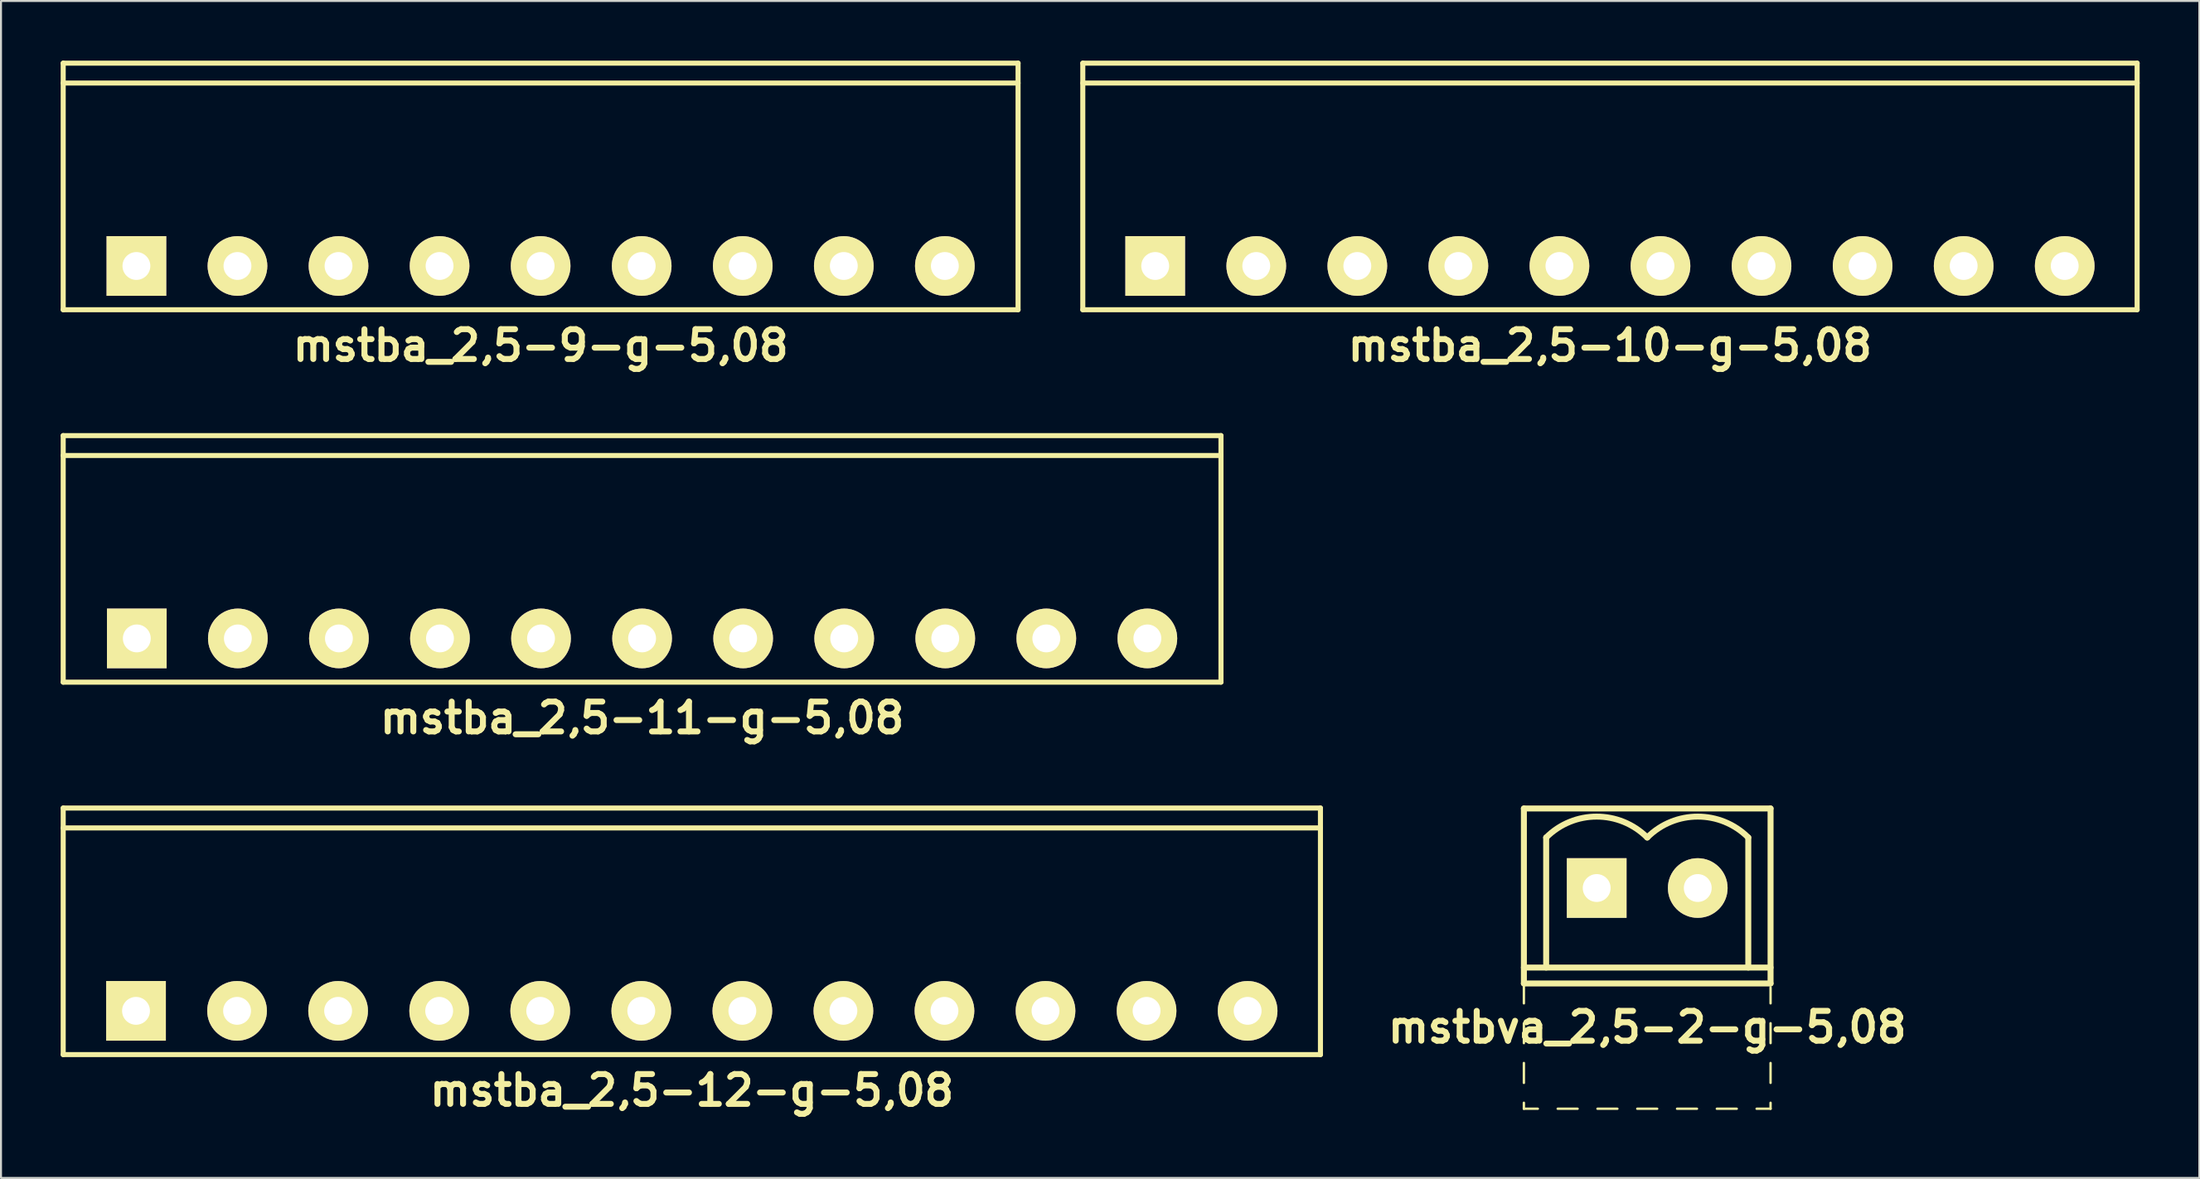
<source format=kicad_pcb>
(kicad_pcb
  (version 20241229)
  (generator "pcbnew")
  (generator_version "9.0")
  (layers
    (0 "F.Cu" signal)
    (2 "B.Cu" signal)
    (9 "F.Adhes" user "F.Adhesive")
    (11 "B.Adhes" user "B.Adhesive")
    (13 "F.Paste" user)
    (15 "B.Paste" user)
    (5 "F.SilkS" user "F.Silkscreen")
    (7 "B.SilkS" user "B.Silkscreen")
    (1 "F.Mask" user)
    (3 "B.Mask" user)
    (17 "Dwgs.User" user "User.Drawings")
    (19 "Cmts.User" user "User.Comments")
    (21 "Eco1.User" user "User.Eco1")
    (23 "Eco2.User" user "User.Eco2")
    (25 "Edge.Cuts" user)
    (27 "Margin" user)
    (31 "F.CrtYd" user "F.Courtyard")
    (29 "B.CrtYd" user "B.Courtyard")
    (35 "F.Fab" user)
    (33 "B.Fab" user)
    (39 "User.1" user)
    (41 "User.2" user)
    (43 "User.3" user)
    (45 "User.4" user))
  (footprint "mstbva_2,5-2-g-5,08"
    (layer "F.Cu")
    (at 79.754 41.612)
    (property "Reference" "mstbva_2,5-2-g-5,08" (at 0 7 0) (layer "F.SilkS") (effects (font (size 1.5 1.5) (thickness 0.3))))
    (attr through_hole)
    (fp_line (start -6.2 -4) (end -6.2 4.8) (stroke (width 0.3) (type solid)) (layer "F.SilkS"))
    (fp_line (start -6.2 -4) (end 6.2 -4) (stroke (width 0.3) (type solid)) (layer "F.SilkS"))
    (fp_line (start -6.2 4.8) (end -6.2 5.8) (stroke (width 0.12) (type solid)) (layer "F.SilkS"))
    (fp_line (start -6.2 4.8) (end 6.2 4.8) (stroke (width 0.3) (type solid)) (layer "F.SilkS"))
    (fp_line (start -6.2 6.8) (end -6.2 7.8) (stroke (width 0.12) (type solid)) (layer "F.SilkS"))
    (fp_line (start -6.2 8.8) (end -6.2 9.8) (stroke (width 0.12) (type solid)) (layer "F.SilkS"))
    (fp_line (start -6.2 10.8) (end -6.2 11.1) (stroke (width 0.12) (type solid)) (layer "F.SilkS"))
    (fp_line (start -6.2 11.1) (end -5.5 11.1) (stroke (width 0.12) (type solid)) (layer "F.SilkS"))
    (fp_line (start -5.08 -2.54) (end -5.08 4) (stroke (width 0.3) (type solid)) (layer "F.SilkS"))
    (fp_line (start -4.5 11.1) (end -3.5 11.1) (stroke (width 0.12) (type solid)) (layer "F.SilkS"))
    (fp_line (start -2.5 11.1) (end -1.5 11.1) (stroke (width 0.12) (type solid)) (layer "F.SilkS"))
    (fp_line (start -0.5 11.1) (end 0.5 11.1) (stroke (width 0.12) (type solid)) (layer "F.SilkS"))
    (fp_line (start 1.5 11.1) (end 2.5 11.1) (stroke (width 0.12) (type solid)) (layer "F.SilkS"))
    (fp_line (start 3.5 11.1) (end 4.5 11.1) (stroke (width 0.12) (type solid)) (layer "F.SilkS"))
    (fp_line (start 5.08 -2.54) (end 5.08 4) (stroke (width 0.3) (type solid)) (layer "F.SilkS"))
    (fp_line (start 5.5 11.1) (end 6.2 11.1) (stroke (width 0.12) (type solid)) (layer "F.SilkS"))
    (fp_line (start 6.2 4) (end -6.2 4) (stroke (width 0.3) (type solid)) (layer "F.SilkS"))
    (fp_line (start 6.2 4.8) (end 6.2 -4) (stroke (width 0.3) (type solid)) (layer "F.SilkS"))
    (fp_line (start 6.2 5.8) (end 6.2 5) (stroke (width 0.12) (type solid)) (layer "F.SilkS"))
    (fp_line (start 6.2 7.8) (end 6.2 6.8) (stroke (width 0.12) (type solid)) (layer "F.SilkS"))
    (fp_line (start 6.2 9.8) (end 6.2 8.8) (stroke (width 0.12) (type solid)) (layer "F.SilkS"))
    (fp_line (start 6.2 11.1) (end 6.2 10.8) (stroke (width 0.12) (type solid)) (layer "F.SilkS"))
    (fp_arc (start -5.08 -2.54) (mid -2.54 -3.592102) (end 0 -2.54) (stroke (width 0.3) (type solid)) (layer "F.SilkS"))
    (fp_arc (start 0 -2.54) (mid 2.54 -3.592102) (end 5.08 -2.54) (stroke (width 0.3) (type solid)) (layer "F.SilkS"))
    (pad "1" thru_hole rect (at -2.54 0) (size 3 3) (drill 1.4) (layers "*.Cu" "*.Mask" "F.SilkS"))
    (pad "2" thru_hole circle (at 2.54 0) (size 3 3) (drill 1.4) (layers "*.Cu" "*.Mask" "F.SilkS")))
  (footprint "mstba_2,5-11-g-5,08"
    (layer "F.Cu")
    (at 29.227 29.058)
    (property "Reference" "mstba_2,5-11-g-5,08" (at 0 4 0) (layer "F.SilkS") (effects (font (size 1.5 1.5) (thickness 0.3))))
    (attr through_hole)
    (fp_line (start -29.1 -10.2) (end 29.1 -10.2) (stroke (width 0.254) (type solid)) (layer "F.SilkS"))
    (fp_line (start -29.1 -9.2) (end 29.1 -9.2) (stroke (width 0.254) (type solid)) (layer "F.SilkS"))
    (fp_line (start -29.1 2.2) (end -29.1 -10.2) (stroke (width 0.254) (type solid)) (layer "F.SilkS"))
    (fp_line (start 29.1 -10.2) (end 29.1 2.2) (stroke (width 0.254) (type solid)) (layer "F.SilkS"))
    (fp_line (start 29.1 2.2) (end -29.1 2.2) (stroke (width 0.254) (type solid)) (layer "F.SilkS"))
    (pad "1" thru_hole rect (at -25.4 0) (size 3 3) (drill 1.4) (layers "*.Cu" "*.Mask" "F.SilkS"))
    (pad "2" thru_hole circle (at -20.32 0) (size 3 3) (drill 1.4) (layers "*.Cu" "*.Mask" "F.SilkS"))
    (pad "3" thru_hole circle (at -15.24 0) (size 3 3) (drill 1.4) (layers "*.Cu" "*.Mask" "F.SilkS"))
    (pad "4" thru_hole circle (at -10.16 0) (size 3 3) (drill 1.4) (layers "*.Cu" "*.Mask" "F.SilkS"))
    (pad "5" thru_hole circle (at -5.08 0) (size 3 3) (drill 1.4) (layers "*.Cu" "*.Mask" "F.SilkS"))
    (pad "6" thru_hole circle (at 0 0) (size 3 3) (drill 1.4) (layers "*.Cu" "*.Mask" "F.SilkS"))
    (pad "7" thru_hole circle (at 5.08 0) (size 3 3) (drill 1.4) (layers "*.Cu" "*.Mask" "F.SilkS"))
    (pad "8" thru_hole circle (at 10.16 0) (size 3 3) (drill 1.4) (layers "*.Cu" "*.Mask" "F.SilkS"))
    (pad "9" thru_hole circle (at 15.24 0) (size 3 3) (drill 1.4) (layers "*.Cu" "*.Mask" "F.SilkS"))
    (pad "10" thru_hole circle (at 20.32 0) (size 3 3) (drill 1.4) (layers "*.Cu" "*.Mask" "F.SilkS"))
    (pad "11" thru_hole circle (at 25.4 0) (size 3 3) (drill 1.4) (layers "*.Cu" "*.Mask" "F.SilkS")))
  (footprint "mstba_2,5-9-g-5,08"
    (layer "F.Cu")
    (at 24.127 10.327)
    (property "Reference" "mstba_2,5-9-g-5,08" (at 0 4 0) (layer "F.SilkS") (effects (font (size 1.5 1.5) (thickness 0.3))))
    (attr through_hole)
    (fp_line (start -24 -10.2) (end -24 2.2) (stroke (width 0.254) (type solid)) (layer "F.SilkS"))
    (fp_line (start -24 -9.2) (end 24 -9.2) (stroke (width 0.254) (type solid)) (layer "F.SilkS"))
    (fp_line (start -24 2.2) (end 24 2.2) (stroke (width 0.254) (type solid)) (layer "F.SilkS"))
    (fp_line (start 24 -10.2) (end -24 -10.2) (stroke (width 0.254) (type solid)) (layer "F.SilkS"))
    (fp_line (start 24 2.2) (end 24 -10.2) (stroke (width 0.254) (type solid)) (layer "F.SilkS"))
    (pad "1" thru_hole rect (at -20.32 0) (size 3 3) (drill 1.4) (layers "*.Cu" "*.Mask" "F.SilkS"))
    (pad "2" thru_hole circle (at -15.24 0) (size 3 3) (drill 1.4) (layers "*.Cu" "*.Mask" "F.SilkS"))
    (pad "3" thru_hole circle (at -10.16 0) (size 3 3) (drill 1.4) (layers "*.Cu" "*.Mask" "F.SilkS"))
    (pad "4" thru_hole circle (at -5.08 0) (size 3 3) (drill 1.4) (layers "*.Cu" "*.Mask" "F.SilkS"))
    (pad "5" thru_hole circle (at 0 0) (size 3 3) (drill 1.4) (layers "*.Cu" "*.Mask" "F.SilkS"))
    (pad "6" thru_hole circle (at 5.08 0) (size 3 3) (drill 1.4) (layers "*.Cu" "*.Mask" "F.SilkS"))
    (pad "7" thru_hole circle (at 10.16 0) (size 3 3) (drill 1.4) (layers "*.Cu" "*.Mask" "F.SilkS"))
    (pad "8" thru_hole circle (at 15.24 0) (size 3 3) (drill 1.4) (layers "*.Cu" "*.Mask" "F.SilkS"))
    (pad "9" thru_hole circle (at 20.32 0) (size 3 3) (drill 1.4) (layers "*.Cu" "*.Mask" "F.SilkS")))
  (footprint "mstba_2,5-12-g-5,08"
    (layer "F.Cu")
    (at 31.727 47.789)
    (property "Reference" "mstba_2,5-12-g-5,08" (at 0 4 0) (layer "F.SilkS") (effects (font (size 1.5 1.5) (thickness 0.3))))
    (attr through_hole)
    (fp_line (start -31.6 -10.2) (end -31.6 2.2) (stroke (width 0.254) (type solid)) (layer "F.SilkS"))
    (fp_line (start -31.6 -9.2) (end 31.6 -9.2) (stroke (width 0.254) (type solid)) (layer "F.SilkS"))
    (fp_line (start -31.6 2.2) (end 31.6 2.2) (stroke (width 0.254) (type solid)) (layer "F.SilkS"))
    (fp_line (start 31.6 -10.2) (end -31.6 -10.2) (stroke (width 0.254) (type solid)) (layer "F.SilkS"))
    (fp_line (start 31.6 2.2) (end 31.6 -10.2) (stroke (width 0.254) (type solid)) (layer "F.SilkS"))
    (pad "1" thru_hole rect (at -27.94 0) (size 3 3) (drill 1.4) (layers "*.Cu" "*.Mask" "F.SilkS"))
    (pad "2" thru_hole circle (at -22.86 0) (size 3 3) (drill 1.4) (layers "*.Cu" "*.Mask" "F.SilkS"))
    (pad "3" thru_hole circle (at -17.78 0) (size 3 3) (drill 1.4) (layers "*.Cu" "*.Mask" "F.SilkS"))
    (pad "4" thru_hole circle (at -12.7 0) (size 3 3) (drill 1.4) (layers "*.Cu" "*.Mask" "F.SilkS"))
    (pad "5" thru_hole circle (at -7.62 0) (size 3 3) (drill 1.4) (layers "*.Cu" "*.Mask" "F.SilkS"))
    (pad "6" thru_hole circle (at -2.54 0) (size 3 3) (drill 1.4) (layers "*.Cu" "*.Mask" "F.SilkS"))
    (pad "7" thru_hole circle (at 2.54 0) (size 3 3) (drill 1.4) (layers "*.Cu" "*.Mask" "F.SilkS"))
    (pad "8" thru_hole circle (at 7.62 0) (size 3 3) (drill 1.4) (layers "*.Cu" "*.Mask" "F.SilkS"))
    (pad "9" thru_hole circle (at 12.7 0) (size 3 3) (drill 1.4) (layers "*.Cu" "*.Mask" "F.SilkS"))
    (pad "10" thru_hole circle (at 17.78 0) (size 3 3) (drill 1.4) (layers "*.Cu" "*.Mask" "F.SilkS"))
    (pad "11" thru_hole circle (at 22.86 0) (size 3 3) (drill 1.4) (layers "*.Cu" "*.Mask" "F.SilkS"))
    (pad "12" thru_hole circle (at 27.94 0) (size 3 3) (drill 1.4) (layers "*.Cu" "*.Mask" "F.SilkS")))
  (footprint "mstba_2,5-10-g-5,08"
    (layer "F.Cu")
    (at 77.881 10.327)
    (property "Reference" "mstba_2,5-10-g-5,08" (at 0 4 0) (layer "F.SilkS") (effects (font (size 1.5 1.5) (thickness 0.3))))
    (attr through_hole)
    (fp_line (start -26.5 -10.2) (end -26.5 2.2) (stroke (width 0.254) (type solid)) (layer "F.SilkS"))
    (fp_line (start -26.5 -9.2) (end 26.5 -9.2) (stroke (width 0.254) (type solid)) (layer "F.SilkS"))
    (fp_line (start -26.5 2.2) (end 26.5 2.2) (stroke (width 0.254) (type solid)) (layer "F.SilkS"))
    (fp_line (start 26.5 -10.2) (end -26.5 -10.2) (stroke (width 0.254) (type solid)) (layer "F.SilkS"))
    (fp_line (start 26.5 2.2) (end 26.5 -10.2) (stroke (width 0.254) (type solid)) (layer "F.SilkS"))
    (pad "1" thru_hole rect (at -22.86 0) (size 3 3) (drill 1.4) (layers "*.Cu" "*.Mask" "F.SilkS"))
    (pad "2" thru_hole circle (at -17.78 0) (size 3 3) (drill 1.4) (layers "*.Cu" "*.Mask" "F.SilkS"))
    (pad "3" thru_hole circle (at -12.7 0) (size 3 3) (drill 1.4) (layers "*.Cu" "*.Mask" "F.SilkS"))
    (pad "4" thru_hole circle (at -7.62 0) (size 3 3) (drill 1.4) (layers "*.Cu" "*.Mask" "F.SilkS"))
    (pad "5" thru_hole circle (at -2.54 0) (size 3 3) (drill 1.4) (layers "*.Cu" "*.Mask" "F.SilkS"))
    (pad "6" thru_hole circle (at 2.54 0) (size 3 3) (drill 1.4) (layers "*.Cu" "*.Mask" "F.SilkS"))
    (pad "7" thru_hole circle (at 7.62 0) (size 3 3) (drill 1.4) (layers "*.Cu" "*.Mask" "F.SilkS"))
    (pad "8" thru_hole circle (at 12.7 0) (size 3 3) (drill 1.4) (layers "*.Cu" "*.Mask" "F.SilkS"))
    (pad "9" thru_hole circle (at 17.78 0) (size 3 3) (drill 1.4) (layers "*.Cu" "*.Mask" "F.SilkS"))
    (pad "10" thru_hole circle (at 22.86 0) (size 3 3) (drill 1.4) (layers "*.Cu" "*.Mask" "F.SilkS")))
  (gr_rect
    (start -3 -3)
    (end 107.508 56.193)
    (stroke (width 0.1) (type default))
    (fill no)
    (layer "Edge.Cuts")))
</source>
